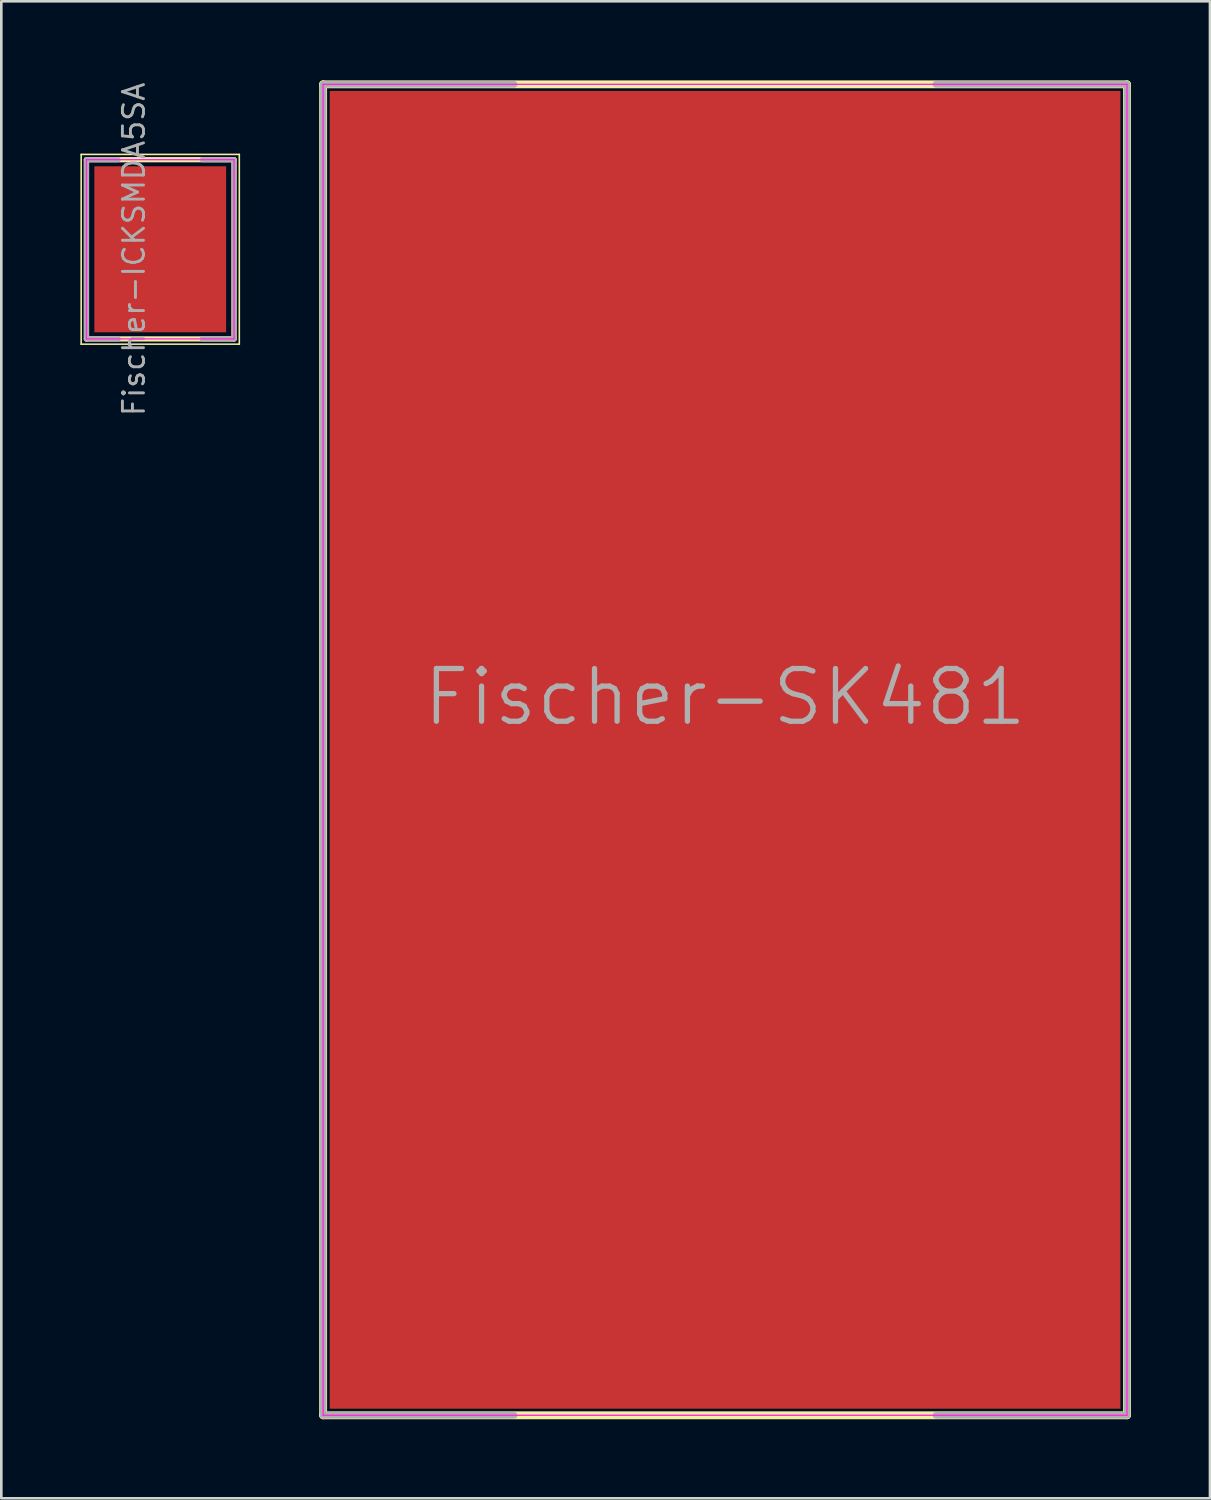
<source format=kicad_pcb>
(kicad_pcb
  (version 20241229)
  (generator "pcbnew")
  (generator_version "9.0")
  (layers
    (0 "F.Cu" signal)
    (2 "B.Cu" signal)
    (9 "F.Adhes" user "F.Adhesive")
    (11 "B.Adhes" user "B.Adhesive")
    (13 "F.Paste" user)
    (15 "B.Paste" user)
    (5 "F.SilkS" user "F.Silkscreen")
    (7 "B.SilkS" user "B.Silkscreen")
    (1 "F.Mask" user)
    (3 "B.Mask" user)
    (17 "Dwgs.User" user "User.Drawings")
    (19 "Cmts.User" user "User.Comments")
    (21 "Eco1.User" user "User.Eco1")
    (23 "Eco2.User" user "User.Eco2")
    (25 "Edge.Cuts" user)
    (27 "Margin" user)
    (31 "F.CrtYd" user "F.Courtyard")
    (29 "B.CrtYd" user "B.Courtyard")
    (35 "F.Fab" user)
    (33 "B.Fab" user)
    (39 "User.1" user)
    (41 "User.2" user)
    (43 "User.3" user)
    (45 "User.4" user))
  (footprint "Fischer-ICKSMDA5SA"
    (layer "F.Cu")
    (at 3.03 6.409)
    (property "Reference" "Fischer-ICKSMDA5SA" (at -1 0 90) (layer "F.Fab") (effects (font (size 0.8 0.8) (thickness 0.11))))
    (attr through_hole)
    (fp_line (start -3 -3.6) (end 3 -3.6) (stroke (width 0.06) (type solid)) (layer "F.SilkS"))
    (fp_line (start -3 3.6) (end -3 -3.6) (stroke (width 0.06) (type solid)) (layer "F.SilkS"))
    (fp_line (start -2.8 -3.4) (end 2.8 -3.4) (stroke (width 0.2) (type solid)) (layer "F.SilkS"))
    (fp_line (start -2.8 3.4) (end -2.8 -3.4) (stroke (width 0.2) (type solid)) (layer "F.SilkS"))
    (fp_line (start 2.8 -3.4) (end 2.8 3.4) (stroke (width 0.2) (type solid)) (layer "F.SilkS"))
    (fp_line (start 2.8 3.4) (end -2.8 3.4) (stroke (width 0.2) (type solid)) (layer "F.SilkS"))
    (fp_line (start 3 -3.6) (end 3 3.6) (stroke (width 0.06) (type solid)) (layer "F.SilkS"))
    (fp_line (start 3 3.6) (end -3 3.6) (stroke (width 0.06) (type solid)) (layer "F.SilkS"))
    (fp_line (start -2.8 -3.4) (end -2.8 3.4) (stroke (width 0.05) (type solid)) (layer "F.CrtYd"))
    (fp_line (start -2.8 3.4) (end 2.8 3.4) (stroke (width 0.05) (type solid)) (layer "F.CrtYd"))
    (fp_line (start 2.8 -3.4) (end -2.8 -3.4) (stroke (width 0.05) (type solid)) (layer "F.CrtYd"))
    (fp_line (start 2.8 3.4) (end 2.8 -3.4) (stroke (width 0.05) (type solid)) (layer "F.CrtYd"))
    (fp_line (start -2.8 -3.4) (end -2.8 3.4) (stroke (width 0.2) (type solid)) (layer "F.Fab"))
    (fp_line (start -2.8 3.4) (end -1.6 3.4) (stroke (width 0.2) (type solid)) (layer "F.Fab"))
    (fp_line (start -1.6 -3.4) (end -2.8 -3.4) (stroke (width 0.2) (type solid)) (layer "F.Fab"))
    (fp_line (start 1.6 3.4) (end 2.8 3.4) (stroke (width 0.2) (type solid)) (layer "F.Fab"))
    (fp_line (start 2.8 -3.4) (end 1.6 -3.4) (stroke (width 0.2) (type solid)) (layer "F.Fab"))
    (fp_line (start 2.8 3.4) (end 2.8 -3.4) (stroke (width 0.2) (type solid)) (layer "F.Fab"))
    (pad "1" smd rect (at 0 0 90) (size 6.3 5) (layers "F.Cu" "F.Mask" "F.Paste")))
  (footprint "Fischer-SK481"
    (layer "F.Cu")
    (at 24.46 25.4)
    (property "Reference" "Fischer-SK481" (at 0 -2 0) (layer "F.Fab") (effects (font (size 2 2) (thickness 0.2))))
    (attr through_hole)
    (fp_line (start -15.25 -25.25) (end 15.25 -25.25) (stroke (width 0.3) (type solid)) (layer "F.SilkS"))
    (fp_line (start -15.25 25.25) (end -15.25 -25.25) (stroke (width 0.3) (type solid)) (layer "F.SilkS"))
    (fp_line (start 15.25 -25.25) (end 15.25 25.25) (stroke (width 0.3) (type solid)) (layer "F.SilkS"))
    (fp_line (start 15.25 25.25) (end -15.25 25.25) (stroke (width 0.3) (type solid)) (layer "F.SilkS"))
    (fp_line (start -15.25 -25.25) (end 15.25 -25.25) (stroke (width 0.05) (type solid)) (layer "F.CrtYd"))
    (fp_line (start -15.25 25.25) (end -15.25 -25.25) (stroke (width 0.05) (type solid)) (layer "F.CrtYd"))
    (fp_line (start 15.25 -25.25) (end 15.25 25.25) (stroke (width 0.05) (type solid)) (layer "F.CrtYd"))
    (fp_line (start 15.25 25.25) (end -15.25 25.25) (stroke (width 0.05) (type solid)) (layer "F.CrtYd"))
    (fp_line (start -15.25 -25.25) (end -15.25 25.25) (stroke (width 0.25) (type solid)) (layer "F.Fab"))
    (fp_line (start -15.25 25.25) (end -8 25.25) (stroke (width 0.25) (type solid)) (layer "F.Fab"))
    (fp_line (start -8 -25.25) (end -15.25 -25.25) (stroke (width 0.25) (type solid)) (layer "F.Fab"))
    (fp_line (start 8 25.25) (end 15.25 25.25) (stroke (width 0.25) (type solid)) (layer "F.Fab"))
    (fp_line (start 15.25 -25.25) (end 8 -25.25) (stroke (width 0.25) (type solid)) (layer "F.Fab"))
    (fp_line (start 15.25 25.25) (end 15.25 -25.25) (stroke (width 0.25) (type solid)) (layer "F.Fab"))
    (pad "1" smd rect (at 0 0) (size 30 50) (layers "F.Cu" "F.Mask" "F.Paste")))
  (gr_rect
    (start -3 -3)
    (end 42.86 53.8)
    (stroke (width 0.1) (type default))
    (fill no)
    (layer "Edge.Cuts")))
</source>
